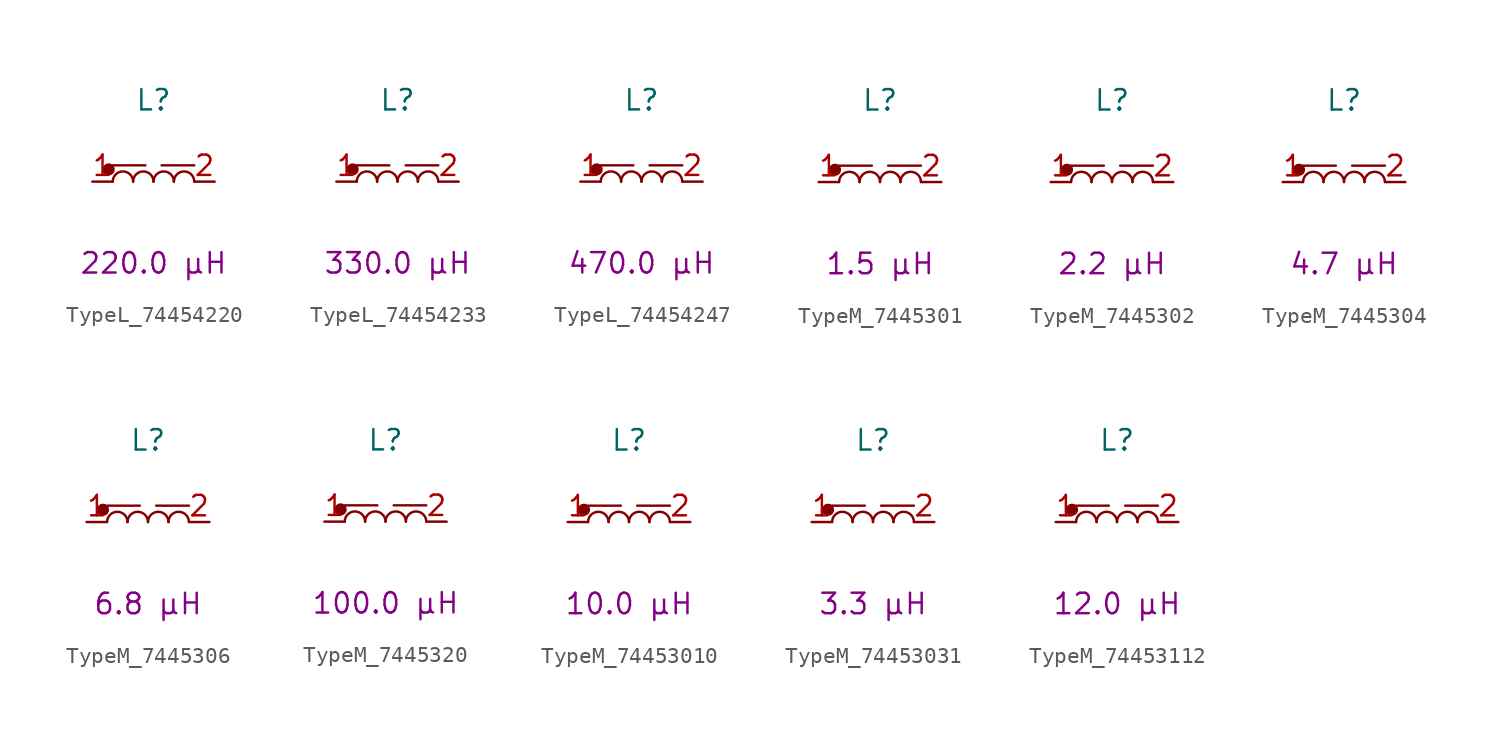
<source format=kicad_sym>
(kicad_symbol_lib
  (version 20220914)
  (generator kicad_symbol_editor)
  (symbol "TypeL_74454220"
    (pin_names hide)
    (property "Reference" "L"
      (at 0 5.08 0)
      (effects (font (size 1.27 1.27))))
    (property "Critical Parameter" "220.0 µH"
      (at 0 -5.08 0)
      (effects (font (size 1.27 1.27))))
    (symbol "TypeL_74454220_0_1"
      (arc (start -1.27 0) (mid -1.905 0.6323) (end -2.54 0) (stroke (width 0) (type default)) (fill (type none)))
      (arc (start 0 0) (mid -0.635 0.6323) (end -1.27 0) (stroke (width 0) (type default)) (fill (type none)))
      (polyline (pts (xy -2.54 1.016) (xy -0.508 1.016)) (stroke (width 0) (type default)) (fill (type none)))
      (arc (start 1.27 0) (mid 0.635 0.6323) (end 0 0) (stroke (width 0) (type default)) (fill (type none)))
      (arc (start 2.54 0) (mid 1.905 0.6323) (end 1.27 0) (stroke (width 0) (type default)) (fill (type none))))
    (symbol "TypeL_74454220_1_1"
      (circle (center -2.794 0.762) (radius 0.0001) (stroke (width 0.381) (type default)) (fill (type none)))
      (polyline (pts (xy 2.54 1.016) (xy 0.508 1.016)) (stroke (width 0) (type default)) (fill (type none)))
      (pin passive line (at -3.81 0 0) (length 1.27) (name "1" (effects (font (size 1.27 1.27)))) (number "1" (effects (font (size 1.27 1.27)))))
      (pin passive line (at 3.81 0 180) (length 1.27) (name "2" (effects (font (size 1.27 1.27)))) (number "2" (effects (font (size 1.27 1.27)))))))
  (symbol "TypeL_74454233"
    (pin_names hide)
    (property "Reference" "L"
      (at 0 5.08 0)
      (effects (font (size 1.27 1.27))))
    (property "Critical Parameter" "330.0 µH"
      (at 0 -5.08 0)
      (effects (font (size 1.27 1.27))))
    (symbol "TypeL_74454233_0_1"
      (arc (start -1.27 0) (mid -1.905 0.6323) (end -2.54 0) (stroke (width 0) (type default)) (fill (type none)))
      (arc (start 0 0) (mid -0.635 0.6323) (end -1.27 0) (stroke (width 0) (type default)) (fill (type none)))
      (polyline (pts (xy -2.54 1.016) (xy -0.508 1.016)) (stroke (width 0) (type default)) (fill (type none)))
      (arc (start 1.27 0) (mid 0.635 0.6323) (end 0 0) (stroke (width 0) (type default)) (fill (type none)))
      (arc (start 2.54 0) (mid 1.905 0.6323) (end 1.27 0) (stroke (width 0) (type default)) (fill (type none))))
    (symbol "TypeL_74454233_1_1"
      (circle (center -2.794 0.762) (radius 0.0001) (stroke (width 0.381) (type default)) (fill (type none)))
      (polyline (pts (xy 2.54 1.016) (xy 0.508 1.016)) (stroke (width 0) (type default)) (fill (type none)))
      (pin passive line (at -3.81 0 0) (length 1.27) (name "1" (effects (font (size 1.27 1.27)))) (number "1" (effects (font (size 1.27 1.27)))))
      (pin passive line (at 3.81 0 180) (length 1.27) (name "2" (effects (font (size 1.27 1.27)))) (number "2" (effects (font (size 1.27 1.27)))))))
  (symbol "TypeL_74454247"
    (pin_names hide)
    (property "Reference" "L"
      (at 0 5.08 0)
      (effects (font (size 1.27 1.27))))
    (property "Critical Parameter" "470.0 µH"
      (at 0 -5.08 0)
      (effects (font (size 1.27 1.27))))
    (symbol "TypeL_74454247_0_1"
      (arc (start -1.27 0) (mid -1.905 0.6323) (end -2.54 0) (stroke (width 0) (type default)) (fill (type none)))
      (arc (start 0 0) (mid -0.635 0.6323) (end -1.27 0) (stroke (width 0) (type default)) (fill (type none)))
      (polyline (pts (xy -2.54 1.016) (xy -0.508 1.016)) (stroke (width 0) (type default)) (fill (type none)))
      (arc (start 1.27 0) (mid 0.635 0.6323) (end 0 0) (stroke (width 0) (type default)) (fill (type none)))
      (arc (start 2.54 0) (mid 1.905 0.6323) (end 1.27 0) (stroke (width 0) (type default)) (fill (type none))))
    (symbol "TypeL_74454247_1_1"
      (circle (center -2.794 0.762) (radius 0.0001) (stroke (width 0.381) (type default)) (fill (type none)))
      (polyline (pts (xy 2.54 1.016) (xy 0.508 1.016)) (stroke (width 0) (type default)) (fill (type none)))
      (pin passive line (at -3.81 0 0) (length 1.27) (name "1" (effects (font (size 1.27 1.27)))) (number "1" (effects (font (size 1.27 1.27)))))
      (pin passive line (at 3.81 0 180) (length 1.27) (name "2" (effects (font (size 1.27 1.27)))) (number "2" (effects (font (size 1.27 1.27)))))))
  (symbol "TypeM_7445301"
    (pin_names hide)
    (property "Reference" "L"
      (at 0 5.08 0)
      (effects (font (size 1.27 1.27))))
    (property "Critical Parameter" "1.5 µH"
      (at 0 -5.08 0)
      (effects (font (size 1.27 1.27))))
    (symbol "TypeM_7445301_0_1"
      (arc (start -1.27 0) (mid -1.905 0.6323) (end -2.54 0) (stroke (width 0) (type default)) (fill (type none)))
      (arc (start 0 0) (mid -0.635 0.6323) (end -1.27 0) (stroke (width 0) (type default)) (fill (type none)))
      (polyline (pts (xy -2.54 1.016) (xy -0.508 1.016)) (stroke (width 0) (type default)) (fill (type none)))
      (arc (start 1.27 0) (mid 0.635 0.6323) (end 0 0) (stroke (width 0) (type default)) (fill (type none)))
      (arc (start 2.54 0) (mid 1.905 0.6323) (end 1.27 0) (stroke (width 0) (type default)) (fill (type none))))
    (symbol "TypeM_7445301_1_1"
      (circle (center -2.794 0.762) (radius 0.0001) (stroke (width 0.381) (type default)) (fill (type none)))
      (polyline (pts (xy 2.54 1.016) (xy 0.508 1.016)) (stroke (width 0) (type default)) (fill (type none)))
      (pin passive line (at -3.81 0 0) (length 1.27) (name "1" (effects (font (size 1.27 1.27)))) (number "1" (effects (font (size 1.27 1.27)))))
      (pin passive line (at 3.81 0 180) (length 1.27) (name "2" (effects (font (size 1.27 1.27)))) (number "2" (effects (font (size 1.27 1.27)))))))
  (symbol "TypeM_7445302"
    (pin_names hide)
    (property "Reference" "L"
      (at 0 5.08 0)
      (effects (font (size 1.27 1.27))))
    (property "Critical Parameter" "2.2 µH"
      (at 0 -5.08 0)
      (effects (font (size 1.27 1.27))))
    (symbol "TypeM_7445302_0_1"
      (arc (start -1.27 0) (mid -1.905 0.6323) (end -2.54 0) (stroke (width 0) (type default)) (fill (type none)))
      (arc (start 0 0) (mid -0.635 0.6323) (end -1.27 0) (stroke (width 0) (type default)) (fill (type none)))
      (polyline (pts (xy -2.54 1.016) (xy -0.508 1.016)) (stroke (width 0) (type default)) (fill (type none)))
      (arc (start 1.27 0) (mid 0.635 0.6323) (end 0 0) (stroke (width 0) (type default)) (fill (type none)))
      (arc (start 2.54 0) (mid 1.905 0.6323) (end 1.27 0) (stroke (width 0) (type default)) (fill (type none))))
    (symbol "TypeM_7445302_1_1"
      (circle (center -2.794 0.762) (radius 0.0001) (stroke (width 0.381) (type default)) (fill (type none)))
      (polyline (pts (xy 2.54 1.016) (xy 0.508 1.016)) (stroke (width 0) (type default)) (fill (type none)))
      (pin passive line (at -3.81 0 0) (length 1.27) (name "1" (effects (font (size 1.27 1.27)))) (number "1" (effects (font (size 1.27 1.27)))))
      (pin passive line (at 3.81 0 180) (length 1.27) (name "2" (effects (font (size 1.27 1.27)))) (number "2" (effects (font (size 1.27 1.27)))))))
  (symbol "TypeM_7445304"
    (pin_names hide)
    (property "Reference" "L"
      (at 0 5.08 0)
      (effects (font (size 1.27 1.27))))
    (property "Critical Parameter" "4.7 µH"
      (at 0 -5.08 0)
      (effects (font (size 1.27 1.27))))
    (symbol "TypeM_7445304_0_1"
      (arc (start -1.27 0) (mid -1.905 0.6323) (end -2.54 0) (stroke (width 0) (type default)) (fill (type none)))
      (arc (start 0 0) (mid -0.635 0.6323) (end -1.27 0) (stroke (width 0) (type default)) (fill (type none)))
      (polyline (pts (xy -2.54 1.016) (xy -0.508 1.016)) (stroke (width 0) (type default)) (fill (type none)))
      (arc (start 1.27 0) (mid 0.635 0.6323) (end 0 0) (stroke (width 0) (type default)) (fill (type none)))
      (arc (start 2.54 0) (mid 1.905 0.6323) (end 1.27 0) (stroke (width 0) (type default)) (fill (type none))))
    (symbol "TypeM_7445304_1_1"
      (circle (center -2.794 0.762) (radius 0.0001) (stroke (width 0.381) (type default)) (fill (type none)))
      (polyline (pts (xy 2.54 1.016) (xy 0.508 1.016)) (stroke (width 0) (type default)) (fill (type none)))
      (pin passive line (at -3.81 0 0) (length 1.27) (name "1" (effects (font (size 1.27 1.27)))) (number "1" (effects (font (size 1.27 1.27)))))
      (pin passive line (at 3.81 0 180) (length 1.27) (name "2" (effects (font (size 1.27 1.27)))) (number "2" (effects (font (size 1.27 1.27)))))))
  (symbol "TypeM_7445306"
    (pin_names hide)
    (property "Reference" "L"
      (at 0 5.08 0)
      (effects (font (size 1.27 1.27))))
    (property "Critical Parameter" "6.8 µH"
      (at 0 -5.08 0)
      (effects (font (size 1.27 1.27))))
    (symbol "TypeM_7445306_0_1"
      (arc (start -1.27 0) (mid -1.905 0.6323) (end -2.54 0) (stroke (width 0) (type default)) (fill (type none)))
      (arc (start 0 0) (mid -0.635 0.6323) (end -1.27 0) (stroke (width 0) (type default)) (fill (type none)))
      (polyline (pts (xy -2.54 1.016) (xy -0.508 1.016)) (stroke (width 0) (type default)) (fill (type none)))
      (arc (start 1.27 0) (mid 0.635 0.6323) (end 0 0) (stroke (width 0) (type default)) (fill (type none)))
      (arc (start 2.54 0) (mid 1.905 0.6323) (end 1.27 0) (stroke (width 0) (type default)) (fill (type none))))
    (symbol "TypeM_7445306_1_1"
      (circle (center -2.794 0.762) (radius 0.0001) (stroke (width 0.381) (type default)) (fill (type none)))
      (polyline (pts (xy 2.54 1.016) (xy 0.508 1.016)) (stroke (width 0) (type default)) (fill (type none)))
      (pin passive line (at -3.81 0 0) (length 1.27) (name "1" (effects (font (size 1.27 1.27)))) (number "1" (effects (font (size 1.27 1.27)))))
      (pin passive line (at 3.81 0 180) (length 1.27) (name "2" (effects (font (size 1.27 1.27)))) (number "2" (effects (font (size 1.27 1.27)))))))
  (symbol "TypeM_7445320"
    (pin_names hide)
    (property "Reference" "L"
      (at 0 5.08 0)
      (effects (font (size 1.27 1.27))))
    (property "Critical Parameter" "100.0 µH"
      (at 0 -5.08 0)
      (effects (font (size 1.27 1.27))))
    (symbol "TypeM_7445320_0_1"
      (arc (start -1.27 0) (mid -1.905 0.6323) (end -2.54 0) (stroke (width 0) (type default)) (fill (type none)))
      (arc (start 0 0) (mid -0.635 0.6323) (end -1.27 0) (stroke (width 0) (type default)) (fill (type none)))
      (polyline (pts (xy -2.54 1.016) (xy -0.508 1.016)) (stroke (width 0) (type default)) (fill (type none)))
      (arc (start 1.27 0) (mid 0.635 0.6323) (end 0 0) (stroke (width 0) (type default)) (fill (type none)))
      (arc (start 2.54 0) (mid 1.905 0.6323) (end 1.27 0) (stroke (width 0) (type default)) (fill (type none))))
    (symbol "TypeM_7445320_1_1"
      (circle (center -2.794 0.762) (radius 0.0001) (stroke (width 0.381) (type default)) (fill (type none)))
      (polyline (pts (xy 2.54 1.016) (xy 0.508 1.016)) (stroke (width 0) (type default)) (fill (type none)))
      (pin passive line (at -3.81 0 0) (length 1.27) (name "1" (effects (font (size 1.27 1.27)))) (number "1" (effects (font (size 1.27 1.27)))))
      (pin passive line (at 3.81 0 180) (length 1.27) (name "2" (effects (font (size 1.27 1.27)))) (number "2" (effects (font (size 1.27 1.27)))))))
  (symbol "TypeM_74453010"
    (pin_names hide)
    (property "Reference" "L"
      (at 0 5.08 0)
      (effects (font (size 1.27 1.27))))
    (property "Critical Parameter" "10.0 µH"
      (at 0 -5.08 0)
      (effects (font (size 1.27 1.27))))
    (symbol "TypeM_74453010_0_1"
      (arc (start -1.27 0) (mid -1.905 0.6323) (end -2.54 0) (stroke (width 0) (type default)) (fill (type none)))
      (arc (start 0 0) (mid -0.635 0.6323) (end -1.27 0) (stroke (width 0) (type default)) (fill (type none)))
      (polyline (pts (xy -2.54 1.016) (xy -0.508 1.016)) (stroke (width 0) (type default)) (fill (type none)))
      (arc (start 1.27 0) (mid 0.635 0.6323) (end 0 0) (stroke (width 0) (type default)) (fill (type none)))
      (arc (start 2.54 0) (mid 1.905 0.6323) (end 1.27 0) (stroke (width 0) (type default)) (fill (type none))))
    (symbol "TypeM_74453010_1_1"
      (circle (center -2.794 0.762) (radius 0.0001) (stroke (width 0.381) (type default)) (fill (type none)))
      (polyline (pts (xy 2.54 1.016) (xy 0.508 1.016)) (stroke (width 0) (type default)) (fill (type none)))
      (pin passive line (at -3.81 0 0) (length 1.27) (name "1" (effects (font (size 1.27 1.27)))) (number "1" (effects (font (size 1.27 1.27)))))
      (pin passive line (at 3.81 0 180) (length 1.27) (name "2" (effects (font (size 1.27 1.27)))) (number "2" (effects (font (size 1.27 1.27)))))))
  (symbol "TypeM_74453031"
    (pin_names hide)
    (property "Reference" "L"
      (at 0 5.08 0)
      (effects (font (size 1.27 1.27))))
    (property "Critical Parameter" "3.3 µH"
      (at 0 -5.08 0)
      (effects (font (size 1.27 1.27))))
    (symbol "TypeM_74453031_0_1"
      (arc (start -1.27 0) (mid -1.905 0.6323) (end -2.54 0) (stroke (width 0) (type default)) (fill (type none)))
      (arc (start 0 0) (mid -0.635 0.6323) (end -1.27 0) (stroke (width 0) (type default)) (fill (type none)))
      (polyline (pts (xy -2.54 1.016) (xy -0.508 1.016)) (stroke (width 0) (type default)) (fill (type none)))
      (arc (start 1.27 0) (mid 0.635 0.6323) (end 0 0) (stroke (width 0) (type default)) (fill (type none)))
      (arc (start 2.54 0) (mid 1.905 0.6323) (end 1.27 0) (stroke (width 0) (type default)) (fill (type none))))
    (symbol "TypeM_74453031_1_1"
      (circle (center -2.794 0.762) (radius 0.0001) (stroke (width 0.381) (type default)) (fill (type none)))
      (polyline (pts (xy 2.54 1.016) (xy 0.508 1.016)) (stroke (width 0) (type default)) (fill (type none)))
      (pin passive line (at -3.81 0 0) (length 1.27) (name "1" (effects (font (size 1.27 1.27)))) (number "1" (effects (font (size 1.27 1.27)))))
      (pin passive line (at 3.81 0 180) (length 1.27) (name "2" (effects (font (size 1.27 1.27)))) (number "2" (effects (font (size 1.27 1.27)))))))
  (symbol "TypeM_74453112"
    (pin_names hide)
    (property "Reference" "L"
      (at 0 5.08 0)
      (effects (font (size 1.27 1.27))))
    (property "Critical Parameter" "12.0 µH"
      (at 0 -5.08 0)
      (effects (font (size 1.27 1.27))))
    (symbol "TypeM_74453112_0_1"
      (arc (start -1.27 0) (mid -1.905 0.6323) (end -2.54 0) (stroke (width 0) (type default)) (fill (type none)))
      (arc (start 0 0) (mid -0.635 0.6323) (end -1.27 0) (stroke (width 0) (type default)) (fill (type none)))
      (polyline (pts (xy -2.54 1.016) (xy -0.508 1.016)) (stroke (width 0) (type default)) (fill (type none)))
      (arc (start 1.27 0) (mid 0.635 0.6323) (end 0 0) (stroke (width 0) (type default)) (fill (type none)))
      (arc (start 2.54 0) (mid 1.905 0.6323) (end 1.27 0) (stroke (width 0) (type default)) (fill (type none))))
    (symbol "TypeM_74453112_1_1"
      (circle (center -2.794 0.762) (radius 0.0001) (stroke (width 0.381) (type default)) (fill (type none)))
      (polyline (pts (xy 2.54 1.016) (xy 0.508 1.016)) (stroke (width 0) (type default)) (fill (type none)))
      (pin passive line (at -3.81 0 0) (length 1.27) (name "1" (effects (font (size 1.27 1.27)))) (number "1" (effects (font (size 1.27 1.27)))))
      (pin passive line (at 3.81 0 180) (length 1.27) (name "2" (effects (font (size 1.27 1.27)))) (number "2" (effects (font (size 1.27 1.27))))))))
</source>
